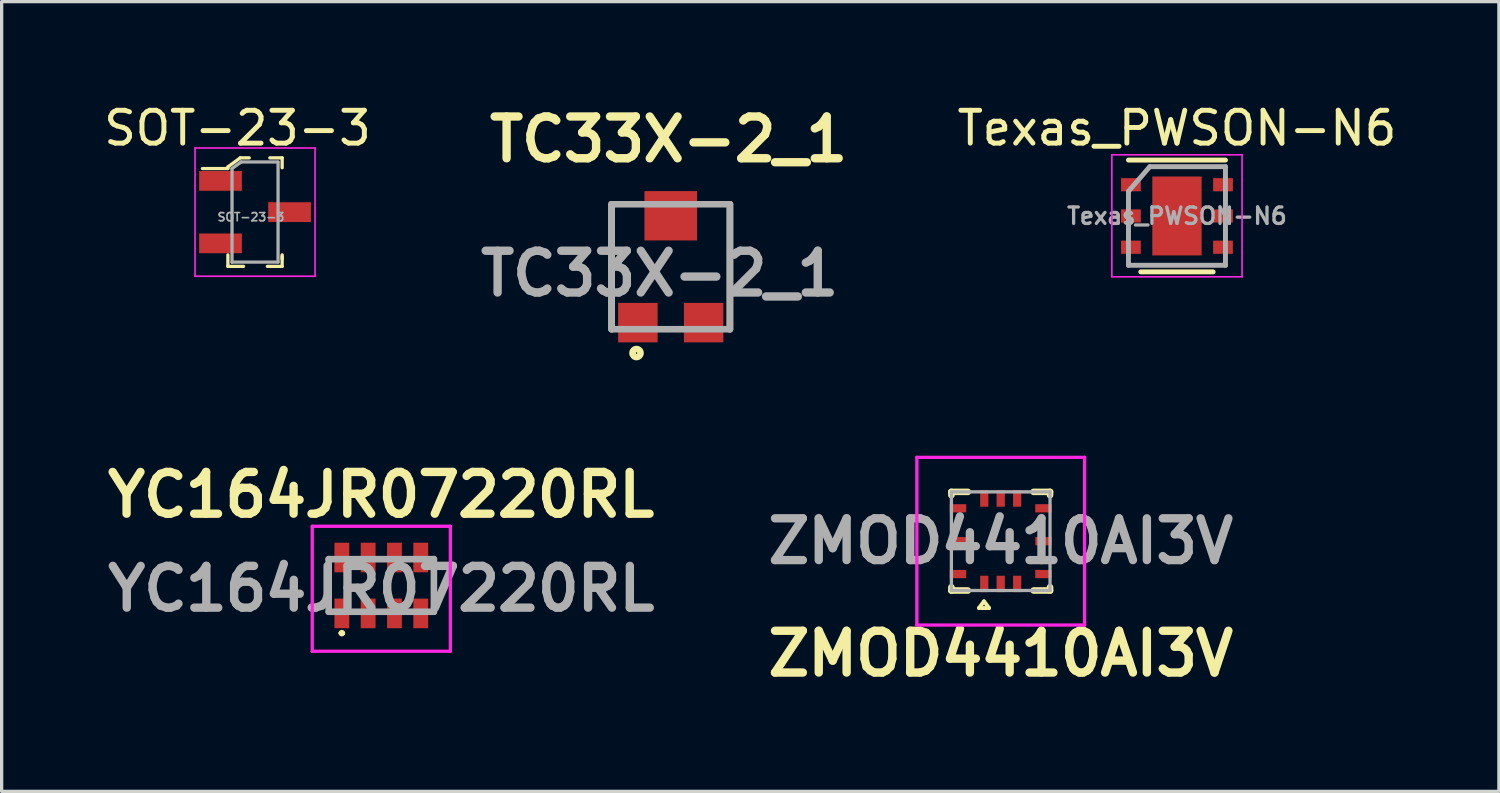
<source format=kicad_pcb>
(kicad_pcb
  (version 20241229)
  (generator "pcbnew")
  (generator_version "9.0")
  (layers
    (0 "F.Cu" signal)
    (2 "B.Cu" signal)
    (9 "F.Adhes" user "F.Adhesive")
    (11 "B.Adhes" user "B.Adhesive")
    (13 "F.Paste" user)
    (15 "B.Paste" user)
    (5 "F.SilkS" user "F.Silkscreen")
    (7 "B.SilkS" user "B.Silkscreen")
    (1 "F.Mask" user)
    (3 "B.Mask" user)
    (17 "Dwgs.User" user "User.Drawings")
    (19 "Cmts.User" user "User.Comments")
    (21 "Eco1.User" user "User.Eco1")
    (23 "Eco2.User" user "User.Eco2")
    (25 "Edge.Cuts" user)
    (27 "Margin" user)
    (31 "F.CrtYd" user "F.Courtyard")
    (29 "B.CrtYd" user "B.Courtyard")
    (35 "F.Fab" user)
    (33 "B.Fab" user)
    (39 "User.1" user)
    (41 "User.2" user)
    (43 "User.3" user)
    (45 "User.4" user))
  (footprint "TC33X-2_1"
    (layer "F.Cu")
    (at 17.349 5.062)
    (property "Reference" "TC33X-2_1" (at -0.064 -3.873 180) (layer "F.SilkS") (effects (font (size 1.27 1.27) (thickness 0.254))))
    (attr smd)
    (fp_line (start -1.8 -1.9) (end -1.8 1.9) (stroke (width 0.2) (type solid)) (layer "F.SilkS"))
    (fp_line (start 1.8 1.9) (end 1.8 -1.9) (stroke (width 0.2) (type solid)) (layer "F.SilkS"))
    (fp_circle (center -1.041 2.625) (end -1.041 2.647) (stroke (width 0.2) (type solid)) (fill no) (layer "F.SilkS"))
    (fp_line (start -1.8 -1.9) (end 1.8 -1.9) (stroke (width 0.2) (type solid)) (layer "F.Fab"))
    (fp_line (start -1.8 1.9) (end -1.8 -1.9) (stroke (width 0.2) (type solid)) (layer "F.Fab"))
    (fp_line (start 1.8 -1.9) (end 1.8 1.9) (stroke (width 0.2) (type solid)) (layer "F.Fab"))
    (fp_line (start 1.8 1.9) (end -1.8 1.9) (stroke (width 0.2) (type solid)) (layer "F.Fab"))
    (fp_text user "${REFERENCE}" (at -0.337 0.209 180) (layer "F.Fab") (effects (font (size 1.27 1.27) (thickness 0.254))))
    (pad "1" smd rect (at -1 1.7 90) (size 1.2 1.2) (layers "F.Cu" "F.Mask" "F.Paste"))
    (pad "2" smd rect (at 0 -1.55 90) (size 1.5 1.6) (layers "F.Cu" "F.Mask" "F.Paste"))
    (pad "3" smd rect (at 1 1.7 90) (size 1.2 1.2) (layers "F.Cu" "F.Mask" "F.Paste")))
  (footprint "Texas_PWSON-N6"
    (layer "F.Cu")
    (at 32.744 3.518)
    (property "Reference" "Texas_PWSON-N6" (at 0 -2.67 0) (layer "F.SilkS") (effects (font (size 1 1) (thickness 0.15))))
    (attr smd)
    (fp_line (start 1.1 1.7) (end -1.1 1.7) (stroke (width 0.15) (type solid)) (layer "F.SilkS"))
    (fp_line (start 1.475 -1.7) (end -1.475 -1.7) (stroke (width 0.15) (type solid)) (layer "F.SilkS"))
    (fp_line (start -1.98 -1.86) (end 1.98 -1.86) (stroke (width 0.05) (type solid)) (layer "F.CrtYd"))
    (fp_line (start -1.98 1.85) (end -1.98 -1.85) (stroke (width 0.05) (type solid)) (layer "F.CrtYd"))
    (fp_line (start -1.98 1.85) (end 1.98 1.85) (stroke (width 0.05) (type solid)) (layer "F.CrtYd"))
    (fp_line (start 1.98 1.85) (end 1.98 -1.85) (stroke (width 0.05) (type solid)) (layer "F.CrtYd"))
    (fp_line (start -1.475 -0.75) (end -0.825 -1.5) (stroke (width 0.15) (type solid)) (layer "F.Fab"))
    (fp_line (start -1.475 1.5) (end -1.475 -0.75) (stroke (width 0.15) (type solid)) (layer "F.Fab"))
    (fp_line (start 1.475 -1.5) (end -0.825 -1.5) (stroke (width 0.15) (type solid)) (layer "F.Fab"))
    (fp_line (start 1.475 -1.5) (end 1.475 1.5) (stroke (width 0.15) (type solid)) (layer "F.Fab"))
    (fp_line (start 1.475 1.5) (end -1.475 1.5) (stroke (width 0.15) (type solid)) (layer "F.Fab"))
    (fp_text user "${REFERENCE}" (at 0 0 0) (layer "F.Fab") (effects (font (size 0.5 0.5) (thickness 0.1))))
    (pad "1" smd rect (at -1.4 -0.95) (size 0.6 0.4) (layers "F.Cu" "F.Mask" "F.Paste"))
    (pad "2" smd rect (at -1.4 0) (size 0.6 0.4) (layers "F.Cu" "F.Mask" "F.Paste"))
    (pad "3" smd rect (at -1.4 0.95) (size 0.6 0.4) (layers "F.Cu" "F.Mask" "F.Paste"))
    (pad "4" smd rect (at 1.4 0.95) (size 0.6 0.4) (layers "F.Cu" "F.Mask" "F.Paste"))
    (pad "5" smd rect (at 1.4 0) (size 0.6 0.4) (layers "F.Cu" "F.Mask" "F.Paste"))
    (pad "6" smd rect (at 1.4 -0.95) (size 0.6 0.4) (layers "F.Cu" "F.Mask" "F.Paste"))
    (pad "7" smd rect (at 0 0) (size 1.5 2.4) (layers "F.Cu" "F.Mask" "F.Paste")))
  (footprint "SOT-23-3"
    (layer "F.Cu")
    (at 4.706 3.401)
    (property "Reference" "SOT-23-3" (at -0.533 -2.553 0) (layer "F.SilkS") (effects (font (size 1 1) (thickness 0.15))))
    (attr smd)
    (fp_line (start -0.825 -1.375) (end -0.825 -1.325) (stroke (width 0.1) (type solid)) (layer "F.SilkS"))
    (fp_line (start -0.825 -1.325) (end -1.6 -1.325) (stroke (width 0.1) (type solid)) (layer "F.SilkS"))
    (fp_line (start -0.825 1.65) (end -0.825 1.3) (stroke (width 0.1) (type solid)) (layer "F.SilkS"))
    (fp_line (start -0.45 -1.65) (end -0.825 -1.375) (stroke (width 0.1) (type solid)) (layer "F.SilkS"))
    (fp_line (start -0.35 1.65) (end -0.825 1.65) (stroke (width 0.1) (type solid)) (layer "F.SilkS"))
    (fp_line (start -0.175 -1.65) (end -0.45 -1.65) (stroke (width 0.1) (type solid)) (layer "F.SilkS"))
    (fp_line (start 0.45 -1.65) (end 0.825 -1.65) (stroke (width 0.1) (type solid)) (layer "F.SilkS"))
    (fp_line (start 0.825 -1.65) (end 0.825 -1.35) (stroke (width 0.1) (type solid)) (layer "F.SilkS"))
    (fp_line (start 0.825 1.35) (end 0.825 1.65) (stroke (width 0.1) (type solid)) (layer "F.SilkS"))
    (fp_line (start 0.825 1.425) (end 0.825 1.3) (stroke (width 0.1) (type solid)) (layer "F.SilkS"))
    (fp_line (start 0.825 1.65) (end 0.375 1.65) (stroke (width 0.1) (type solid)) (layer "F.SilkS"))
    (fp_line (start -1.825 -1.95) (end -1.825 1.95) (stroke (width 0.05) (type solid)) (layer "F.CrtYd"))
    (fp_line (start -1.825 -1.95) (end 1.825 -1.95) (stroke (width 0.05) (type solid)) (layer "F.CrtYd"))
    (fp_line (start 1.825 -1.95) (end 1.825 1.95) (stroke (width 0.05) (type solid)) (layer "F.CrtYd"))
    (fp_line (start 1.825 1.95) (end -1.825 1.95) (stroke (width 0.05) (type solid)) (layer "F.CrtYd"))
    (fp_line (start -0.7 -1.325) (end -0.7 1.525) (stroke (width 0.1) (type solid)) (layer "F.Fab"))
    (fp_line (start -0.7 1.52) (end 0.7 1.52) (stroke (width 0.1) (type solid)) (layer "F.Fab"))
    (fp_line (start -0.425 -1.525) (end -0.7 -1.325) (stroke (width 0.1) (type solid)) (layer "F.Fab"))
    (fp_line (start -0.425 -1.525) (end 0.7 -1.525) (stroke (width 0.1) (type solid)) (layer "F.Fab"))
    (fp_line (start 0.7 1.52) (end 0.7 -1.52) (stroke (width 0.1) (type solid)) (layer "F.Fab"))
    (fp_text user "${REFERENCE}" (at -0.125 0.15 0) (layer "F.Fab") (effects (font (size 0.25 0.25) (thickness 0.05))))
    (pad "1" smd rect (at -1.05 -0.95) (size 1.3 0.6) (layers "F.Cu" "F.Mask" "F.Paste"))
    (pad "2" smd rect (at -1.05 0.95) (size 1.3 0.6) (layers "F.Cu" "F.Mask" "F.Paste"))
    (pad "3" smd rect (at 1.05 0) (size 1.3 0.6) (layers "F.Cu" "F.Mask" "F.Paste")))
  (footprint "YC164JR07220RL"
    (layer "F.Cu")
    (at 8.546 14.755)
    (property "Reference" "YC164JR07220RL" (at -0.006 -2.757 180) (layer "F.SilkS") (effects (font (size 1.27 1.27) (thickness 0.254))))
    (attr smd)
    (fp_line (start -1.6 -0.8) (end -1.6 0.85) (stroke (width 0.1) (type solid)) (layer "F.SilkS"))
    (fp_line (start -1.25 1.45) (end -1.25 1.45) (stroke (width 0.1) (type solid)) (layer "F.SilkS"))
    (fp_line (start -1.15 1.45) (end -1.15 1.45) (stroke (width 0.1) (type solid)) (layer "F.SilkS"))
    (fp_line (start 1.6 -0.85) (end 1.6 0.8) (stroke (width 0.1) (type solid)) (layer "F.SilkS"))
    (fp_arc (start -1.25 1.45) (mid -1.2 1.4) (end -1.15 1.45) (stroke (width 0.1) (type solid)) (layer "F.SilkS"))
    (fp_arc (start -1.15 1.45) (mid -1.2 1.5) (end -1.25 1.45) (stroke (width 0.1) (type solid)) (layer "F.SilkS"))
    (fp_line (start -2.1 -1.8) (end 2.1 -1.8) (stroke (width 0.1) (type solid)) (layer "F.CrtYd"))
    (fp_line (start -2.1 2) (end -2.1 -1.8) (stroke (width 0.1) (type solid)) (layer "F.CrtYd"))
    (fp_line (start 2.1 -1.8) (end 2.1 2) (stroke (width 0.1) (type solid)) (layer "F.CrtYd"))
    (fp_line (start 2.1 2) (end -2.1 2) (stroke (width 0.1) (type solid)) (layer "F.CrtYd"))
    (fp_line (start -1.6 -0.8) (end 1.6 -0.8) (stroke (width 0.2) (type solid)) (layer "F.Fab"))
    (fp_line (start -1.6 0.8) (end -1.6 -0.8) (stroke (width 0.2) (type solid)) (layer "F.Fab"))
    (fp_line (start 1.6 -0.8) (end 1.6 0.8) (stroke (width 0.2) (type solid)) (layer "F.Fab"))
    (fp_line (start 1.6 0.8) (end -1.6 0.8) (stroke (width 0.2) (type solid)) (layer "F.Fab"))
    (fp_text user "${REFERENCE}" (at 0 0.1 180) (layer "F.Fab") (effects (font (size 1.27 1.27) (thickness 0.254))))
    (pad "1" smd rect (at -1.2 0.85) (size 0.45 0.9) (layers "F.Cu" "F.Mask" "F.Paste"))
    (pad "2" smd rect (at -0.4 0.85) (size 0.45 0.9) (layers "F.Cu" "F.Mask" "F.Paste"))
    (pad "3" smd rect (at 0.4 0.85) (size 0.45 0.9) (layers "F.Cu" "F.Mask" "F.Paste"))
    (pad "4" smd rect (at 1.2 0.85) (size 0.45 0.9) (layers "F.Cu" "F.Mask" "F.Paste"))
    (pad "5" smd rect (at 1.2 -0.85) (size 0.45 0.9) (layers "F.Cu" "F.Mask" "F.Paste"))
    (pad "6" smd rect (at 0.4 -0.85) (size 0.45 0.9) (layers "F.Cu" "F.Mask" "F.Paste"))
    (pad "7" smd rect (at -0.4 -0.85) (size 0.45 0.9) (layers "F.Cu" "F.Mask" "F.Paste"))
    (pad "8" smd rect (at -1.2 -0.85) (size 0.45 0.9) (layers "F.Cu" "F.Mask" "F.Paste")))
  (footprint "ZMOD4410AI3V"
    (layer "F.Cu")
    (at 27.384 13.409)
    (property "Reference" "ZMOD4410AI3V" (at 0 3.42 0) (layer "F.SilkS") (effects (font (size 1.27 1.27) (thickness 0.254))))
    (attr smd)
    (fp_line (start -1.5 -1.5) (end -1.5 -1.4) (stroke (width 0.2) (type solid)) (layer "F.SilkS"))
    (fp_line (start -1.5 1.5) (end -1.5 1.4) (stroke (width 0.2) (type solid)) (layer "F.SilkS"))
    (fp_line (start -1 -1.5) (end -1.5 -1.5) (stroke (width 0.2) (type solid)) (layer "F.SilkS"))
    (fp_line (start -1 1.5) (end -1.5 1.5) (stroke (width 0.2) (type solid)) (layer "F.SilkS"))
    (fp_line (start -0.66 2.032) (end -0.356 2.032) (stroke (width 0.12) (type solid)) (layer "F.SilkS"))
    (fp_line (start -0.508 1.829) (end -0.66 2.032) (stroke (width 0.12) (type solid)) (layer "F.SilkS"))
    (fp_line (start -0.356 2.032) (end -0.508 1.829) (stroke (width 0.12) (type solid)) (layer "F.SilkS"))
    (fp_line (start 1 -1.5) (end 1.5 -1.5) (stroke (width 0.2) (type solid)) (layer "F.SilkS"))
    (fp_line (start 1 1.5) (end 1.5 1.5) (stroke (width 0.2) (type solid)) (layer "F.SilkS"))
    (fp_line (start 1.5 -1.5) (end 1.5 -1.4) (stroke (width 0.2) (type solid)) (layer "F.SilkS"))
    (fp_line (start 1.5 1.5) (end 1.5 1.4) (stroke (width 0.2) (type solid)) (layer "F.SilkS"))
    (fp_line (start -2.55 -2.55) (end 2.55 -2.55) (stroke (width 0.1) (type solid)) (layer "F.CrtYd"))
    (fp_line (start -2.55 2.55) (end -2.55 -2.55) (stroke (width 0.1) (type solid)) (layer "F.CrtYd"))
    (fp_line (start 2.55 -2.55) (end 2.55 2.55) (stroke (width 0.1) (type solid)) (layer "F.CrtYd"))
    (fp_line (start 2.55 2.55) (end -2.55 2.55) (stroke (width 0.1) (type solid)) (layer "F.CrtYd"))
    (fp_line (start -1.5 -1.5) (end -1.5 1.5) (stroke (width 0.1) (type solid)) (layer "F.Fab"))
    (fp_line (start -1.5 1.5) (end 1.5 1.5) (stroke (width 0.1) (type solid)) (layer "F.Fab"))
    (fp_line (start 1.5 -1.5) (end -1.5 -1.5) (stroke (width 0.1) (type solid)) (layer "F.Fab"))
    (fp_line (start 1.5 1.5) (end 1.5 -1.5) (stroke (width 0.1) (type solid)) (layer "F.Fab"))
    (fp_text user "${REFERENCE}" (at 0 0 0) (layer "F.Fab") (effects (font (size 1.27 1.27) (thickness 0.254))))
    (pad "1" smd rect (at -0.5 1.3) (size 0.25 0.5) (layers "F.Cu" "F.Mask" "F.Paste"))
    (pad "2" smd rect (at 0 1.3) (size 0.25 0.5) (layers "F.Cu" "F.Mask" "F.Paste"))
    (pad "3" smd rect (at 0.5 1.3) (size 0.25 0.5) (layers "F.Cu" "F.Mask" "F.Paste"))
    (pad "4" smd rect (at 1.3 1 90) (size 0.25 0.5) (layers "F.Cu" "F.Mask" "F.Paste"))
    (pad "5" smd rect (at 1.3 0 90) (size 0.25 0.5) (layers "F.Cu" "F.Mask" "F.Paste"))
    (pad "6" smd rect (at 1.3 -1 90) (size 0.25 0.5) (layers "F.Cu" "F.Mask" "F.Paste"))
    (pad "7" smd rect (at 0.5 -1.3) (size 0.25 0.5) (layers "F.Cu" "F.Mask" "F.Paste"))
    (pad "8" smd rect (at 0 -1.3) (size 0.25 0.5) (layers "F.Cu" "F.Mask" "F.Paste"))
    (pad "9" smd rect (at -0.5 -1.3) (size 0.25 0.5) (layers "F.Cu" "F.Mask" "F.Paste"))
    (pad "10" smd rect (at -1.3 -1 90) (size 0.25 0.5) (layers "F.Cu" "F.Mask" "F.Paste"))
    (pad "11" smd rect (at -1.3 0 90) (size 0.25 0.5) (layers "F.Cu" "F.Mask" "F.Paste"))
    (pad "12" smd rect (at -1.3 1 90) (size 0.25 0.5) (layers "F.Cu" "F.Mask" "F.Paste")))
  (gr_rect
    (start -3 -3)
    (end 42.535 21.018)
    (stroke (width 0.1) (type default))
    (fill no)
    (layer "Edge.Cuts")))
</source>
